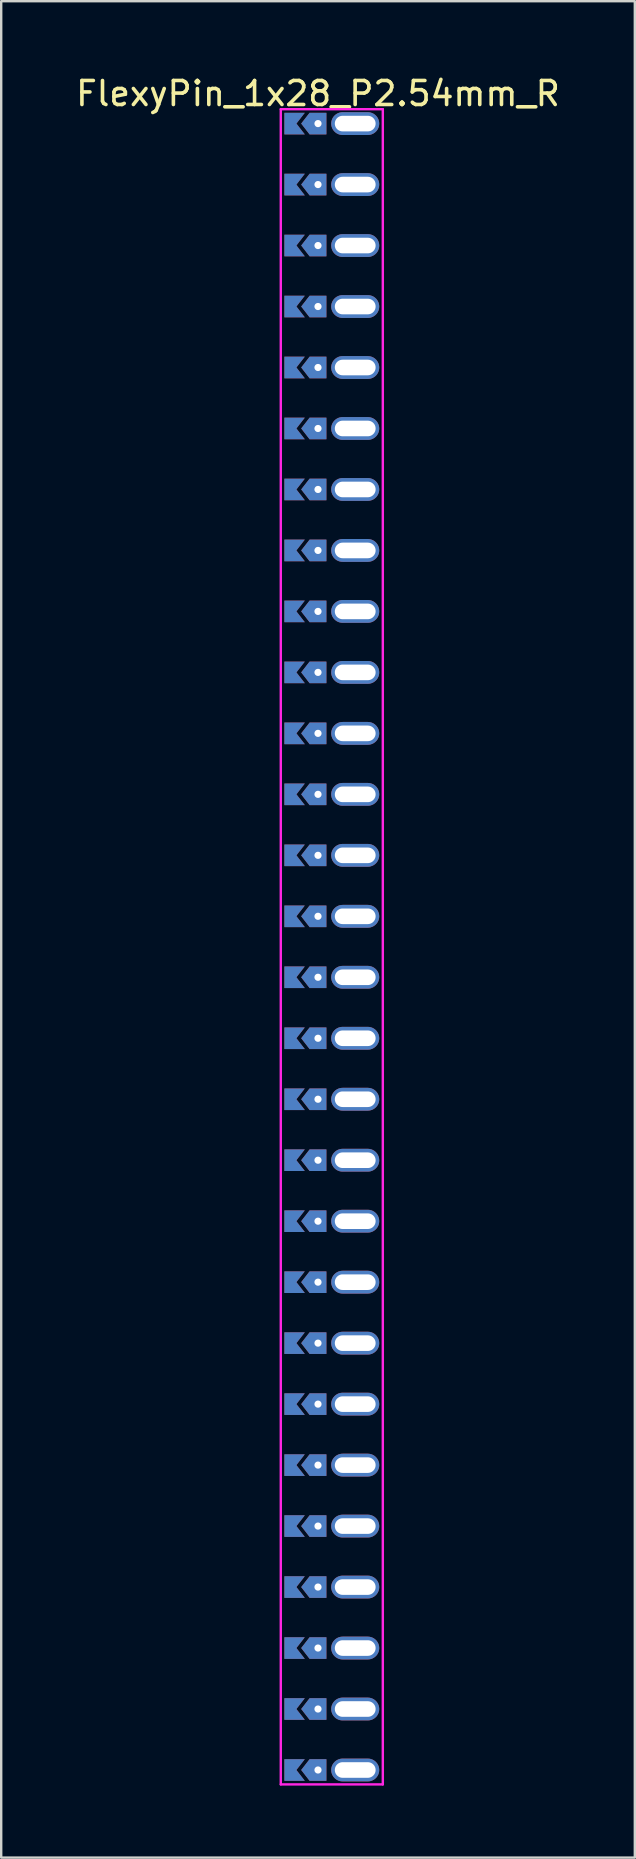
<source format=kicad_pcb>
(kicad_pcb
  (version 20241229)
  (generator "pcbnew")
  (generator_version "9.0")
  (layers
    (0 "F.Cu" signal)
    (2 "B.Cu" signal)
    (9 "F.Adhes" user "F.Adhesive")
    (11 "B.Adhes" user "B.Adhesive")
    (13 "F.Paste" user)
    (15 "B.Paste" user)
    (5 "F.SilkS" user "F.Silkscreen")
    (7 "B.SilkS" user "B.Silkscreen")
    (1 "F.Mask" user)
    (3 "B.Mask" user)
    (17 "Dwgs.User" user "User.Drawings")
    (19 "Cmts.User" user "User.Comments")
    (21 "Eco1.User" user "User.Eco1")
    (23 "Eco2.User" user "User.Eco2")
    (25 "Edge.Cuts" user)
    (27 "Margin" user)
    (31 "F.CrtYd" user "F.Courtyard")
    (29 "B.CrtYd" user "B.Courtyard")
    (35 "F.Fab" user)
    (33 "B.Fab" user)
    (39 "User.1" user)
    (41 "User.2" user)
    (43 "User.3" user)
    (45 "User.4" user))
  (footprint "FlexyPin_1x28_P2.54mm_R"
    (layer "F.Cu")
    (at 10.196 2.098)
    (property "Reference" "FlexyPin_1x28_P2.54mm_R" (at 0 -1.25 0) (layer "F.SilkS") (effects (font (size 1 1) (thickness 0.15))))
    (attr through_hole)
    (fp_line (start -1.55 -0.6) (end 2.7 -0.6) (stroke (width 0.1) (type solid)) (layer "F.CrtYd"))
    (fp_line (start -1.55 69.18) (end -1.55 -0.6) (stroke (width 0.1) (type solid)) (layer "F.CrtYd"))
    (fp_line (start 2.7 -0.6) (end 2.7 69.18) (stroke (width 0.1) (type solid)) (layer "F.CrtYd"))
    (fp_line (start 2.7 69.18) (end -1.55 69.18) (stroke (width 0.1) (type solid)) (layer "F.CrtYd"))
    (pad "" thru_hole custom (at 0 0) (size 0.3 0.3) (drill 0.6) (layers "*.Cu" "*.Mask") (options (anchor rect)) (primitives (gr_poly (pts (xy 0.35 0.45) (xy 0.35 -0.45) (xy -0.35 -0.45) (xy -0.7 0) (xy -0.35 0.45)) (width 0) (fill yes))))
    (pad "" thru_hole custom (at 0 2.54) (size 0.3 0.3) (drill 0.6) (layers "*.Cu" "*.Mask") (options (anchor rect)) (primitives (gr_poly (pts (xy 0.35 0.45) (xy 0.35 -0.45) (xy -0.35 -0.45) (xy -0.7 0) (xy -0.35 0.45)) (width 0) (fill yes))))
    (pad "" thru_hole custom (at 0 5.08) (size 0.3 0.3) (drill 0.6) (layers "*.Cu" "*.Mask") (options (anchor rect)) (primitives (gr_poly (pts (xy 0.35 0.45) (xy 0.35 -0.45) (xy -0.35 -0.45) (xy -0.7 0) (xy -0.35 0.45)) (width 0) (fill yes))))
    (pad "" thru_hole custom (at 0 7.62) (size 0.3 0.3) (drill 0.6) (layers "*.Cu" "*.Mask") (options (anchor rect)) (primitives (gr_poly (pts (xy 0.35 0.45) (xy 0.35 -0.45) (xy -0.35 -0.45) (xy -0.7 0) (xy -0.35 0.45)) (width 0) (fill yes))))
    (pad "" thru_hole custom (at 0 10.16) (size 0.3 0.3) (drill 0.6) (layers "*.Cu" "*.Mask") (options (anchor rect)) (primitives (gr_poly (pts (xy 0.35 0.45) (xy 0.35 -0.45) (xy -0.35 -0.45) (xy -0.7 0) (xy -0.35 0.45)) (width 0) (fill yes))))
    (pad "" thru_hole custom (at 0 12.7) (size 0.3 0.3) (drill 0.6) (layers "*.Cu" "*.Mask") (options (anchor rect)) (primitives (gr_poly (pts (xy 0.35 0.45) (xy 0.35 -0.45) (xy -0.35 -0.45) (xy -0.7 0) (xy -0.35 0.45)) (width 0) (fill yes))))
    (pad "" thru_hole custom (at 0 15.24) (size 0.3 0.3) (drill 0.6) (layers "*.Cu" "*.Mask") (options (anchor rect)) (primitives (gr_poly (pts (xy 0.35 0.45) (xy 0.35 -0.45) (xy -0.35 -0.45) (xy -0.7 0) (xy -0.35 0.45)) (width 0) (fill yes))))
    (pad "" thru_hole custom (at 0 17.78) (size 0.3 0.3) (drill 0.6) (layers "*.Cu" "*.Mask") (options (anchor rect)) (primitives (gr_poly (pts (xy 0.35 0.45) (xy 0.35 -0.45) (xy -0.35 -0.45) (xy -0.7 0) (xy -0.35 0.45)) (width 0) (fill yes))))
    (pad "" thru_hole custom (at 0 20.32) (size 0.3 0.3) (drill 0.6) (layers "*.Cu" "*.Mask") (options (anchor rect)) (primitives (gr_poly (pts (xy 0.35 0.45) (xy 0.35 -0.45) (xy -0.35 -0.45) (xy -0.7 0) (xy -0.35 0.45)) (width 0) (fill yes))))
    (pad "" thru_hole custom (at 0 22.86) (size 0.3 0.3) (drill 0.6) (layers "*.Cu" "*.Mask") (options (anchor rect)) (primitives (gr_poly (pts (xy 0.35 0.45) (xy 0.35 -0.45) (xy -0.35 -0.45) (xy -0.7 0) (xy -0.35 0.45)) (width 0) (fill yes))))
    (pad "" thru_hole custom (at 0 25.4) (size 0.3 0.3) (drill 0.6) (layers "*.Cu" "*.Mask") (options (anchor rect)) (primitives (gr_poly (pts (xy 0.35 0.45) (xy 0.35 -0.45) (xy -0.35 -0.45) (xy -0.7 0) (xy -0.35 0.45)) (width 0) (fill yes))))
    (pad "" thru_hole custom (at 0 27.94) (size 0.3 0.3) (drill 0.6) (layers "*.Cu" "*.Mask") (options (anchor rect)) (primitives (gr_poly (pts (xy 0.35 0.45) (xy 0.35 -0.45) (xy -0.35 -0.45) (xy -0.7 0) (xy -0.35 0.45)) (width 0) (fill yes))))
    (pad "" thru_hole custom (at 0 30.48) (size 0.3 0.3) (drill 0.6) (layers "*.Cu" "*.Mask") (options (anchor rect)) (primitives (gr_poly (pts (xy 0.35 0.45) (xy 0.35 -0.45) (xy -0.35 -0.45) (xy -0.7 0) (xy -0.35 0.45)) (width 0) (fill yes))))
    (pad "" thru_hole custom (at 0 33.02) (size 0.3 0.3) (drill 0.6) (layers "*.Cu" "*.Mask") (options (anchor rect)) (primitives (gr_poly (pts (xy 0.35 0.45) (xy 0.35 -0.45) (xy -0.35 -0.45) (xy -0.7 0) (xy -0.35 0.45)) (width 0) (fill yes))))
    (pad "" thru_hole custom (at 0 35.56) (size 0.3 0.3) (drill 0.6) (layers "*.Cu" "*.Mask") (options (anchor rect)) (primitives (gr_poly (pts (xy 0.35 0.45) (xy 0.35 -0.45) (xy -0.35 -0.45) (xy -0.7 0) (xy -0.35 0.45)) (width 0) (fill yes))))
    (pad "" thru_hole custom (at 0 38.1) (size 0.3 0.3) (drill 0.6) (layers "*.Cu" "*.Mask") (options (anchor rect)) (primitives (gr_poly (pts (xy 0.35 0.45) (xy 0.35 -0.45) (xy -0.35 -0.45) (xy -0.7 0) (xy -0.35 0.45)) (width 0) (fill yes))))
    (pad "" thru_hole custom (at 0 40.64) (size 0.3 0.3) (drill 0.6) (layers "*.Cu" "*.Mask") (options (anchor rect)) (primitives (gr_poly (pts (xy 0.35 0.45) (xy 0.35 -0.45) (xy -0.35 -0.45) (xy -0.7 0) (xy -0.35 0.45)) (width 0) (fill yes))))
    (pad "" thru_hole custom (at 0 43.18) (size 0.3 0.3) (drill 0.6) (layers "*.Cu" "*.Mask") (options (anchor rect)) (primitives (gr_poly (pts (xy 0.35 0.45) (xy 0.35 -0.45) (xy -0.35 -0.45) (xy -0.7 0) (xy -0.35 0.45)) (width 0) (fill yes))))
    (pad "" thru_hole custom (at 0 45.72) (size 0.3 0.3) (drill 0.6) (layers "*.Cu" "*.Mask") (options (anchor rect)) (primitives (gr_poly (pts (xy 0.35 0.45) (xy 0.35 -0.45) (xy -0.35 -0.45) (xy -0.7 0) (xy -0.35 0.45)) (width 0) (fill yes))))
    (pad "" thru_hole custom (at 0 48.26) (size 0.3 0.3) (drill 0.6) (layers "*.Cu" "*.Mask") (options (anchor rect)) (primitives (gr_poly (pts (xy 0.35 0.45) (xy 0.35 -0.45) (xy -0.35 -0.45) (xy -0.7 0) (xy -0.35 0.45)) (width 0) (fill yes))))
    (pad "" thru_hole custom (at 0 50.8) (size 0.3 0.3) (drill 0.6) (layers "*.Cu" "*.Mask") (options (anchor rect)) (primitives (gr_poly (pts (xy 0.35 0.45) (xy 0.35 -0.45) (xy -0.35 -0.45) (xy -0.7 0) (xy -0.35 0.45)) (width 0) (fill yes))))
    (pad "" thru_hole custom (at 0 53.34) (size 0.3 0.3) (drill 0.6) (layers "*.Cu" "*.Mask") (options (anchor rect)) (primitives (gr_poly (pts (xy 0.35 0.45) (xy 0.35 -0.45) (xy -0.35 -0.45) (xy -0.7 0) (xy -0.35 0.45)) (width 0) (fill yes))))
    (pad "" thru_hole custom (at 0 55.88) (size 0.3 0.3) (drill 0.6) (layers "*.Cu" "*.Mask") (options (anchor rect)) (primitives (gr_poly (pts (xy 0.35 0.45) (xy 0.35 -0.45) (xy -0.35 -0.45) (xy -0.7 0) (xy -0.35 0.45)) (width 0) (fill yes))))
    (pad "" thru_hole custom (at 0 58.42) (size 0.3 0.3) (drill 0.6) (layers "*.Cu" "*.Mask") (options (anchor rect)) (primitives (gr_poly (pts (xy 0.35 0.45) (xy 0.35 -0.45) (xy -0.35 -0.45) (xy -0.7 0) (xy -0.35 0.45)) (width 0) (fill yes))))
    (pad "" thru_hole custom (at 0 60.96) (size 0.3 0.3) (drill 0.6) (layers "*.Cu" "*.Mask") (options (anchor rect)) (primitives (gr_poly (pts (xy 0.35 0.45) (xy 0.35 -0.45) (xy -0.35 -0.45) (xy -0.7 0) (xy -0.35 0.45)) (width 0) (fill yes))))
    (pad "" thru_hole custom (at 0 63.5) (size 0.3 0.3) (drill 0.6) (layers "*.Cu" "*.Mask") (options (anchor rect)) (primitives (gr_poly (pts (xy 0.35 0.45) (xy 0.35 -0.45) (xy -0.35 -0.45) (xy -0.7 0) (xy -0.35 0.45)) (width 0) (fill yes))))
    (pad "" thru_hole custom (at 0 66.04) (size 0.3 0.3) (drill 0.6) (layers "*.Cu" "*.Mask") (options (anchor rect)) (primitives (gr_poly (pts (xy 0.35 0.45) (xy 0.35 -0.45) (xy -0.35 -0.45) (xy -0.7 0) (xy -0.35 0.45)) (width 0) (fill yes))))
    (pad "" thru_hole custom (at 0 68.58) (size 0.3 0.3) (drill 0.6) (layers "*.Cu" "*.Mask") (options (anchor rect)) (primitives (gr_poly (pts (xy 0.35 0.45) (xy 0.35 -0.45) (xy -0.35 -0.45) (xy -0.7 0) (xy -0.35 0.45)) (width 0) (fill yes))))
    (pad "" thru_hole oval (at 1.55 0) (size 2 0.95) (drill oval 1.7 0.65) (layers "*.Cu" "*.Mask"))
    (pad "" thru_hole oval (at 1.55 2.54) (size 2 0.95) (drill oval 1.7 0.65) (layers "*.Cu" "*.Mask"))
    (pad "" thru_hole oval (at 1.55 5.08) (size 2 0.95) (drill oval 1.7 0.65) (layers "*.Cu" "*.Mask"))
    (pad "" thru_hole oval (at 1.55 7.62) (size 2 0.95) (drill oval 1.7 0.65) (layers "*.Cu" "*.Mask"))
    (pad "" thru_hole oval (at 1.55 10.16) (size 2 0.95) (drill oval 1.7 0.65) (layers "*.Cu" "*.Mask"))
    (pad "" thru_hole oval (at 1.55 12.7) (size 2 0.95) (drill oval 1.7 0.65) (layers "*.Cu" "*.Mask"))
    (pad "" thru_hole oval (at 1.55 15.24) (size 2 0.95) (drill oval 1.7 0.65) (layers "*.Cu" "*.Mask"))
    (pad "" thru_hole oval (at 1.55 17.78) (size 2 0.95) (drill oval 1.7 0.65) (layers "*.Cu" "*.Mask"))
    (pad "" thru_hole oval (at 1.55 20.32) (size 2 0.95) (drill oval 1.7 0.65) (layers "*.Cu" "*.Mask"))
    (pad "" thru_hole oval (at 1.55 22.86) (size 2 0.95) (drill oval 1.7 0.65) (layers "*.Cu" "*.Mask"))
    (pad "" thru_hole oval (at 1.55 25.4) (size 2 0.95) (drill oval 1.7 0.65) (layers "*.Cu" "*.Mask"))
    (pad "" thru_hole oval (at 1.55 27.94) (size 2 0.95) (drill oval 1.7 0.65) (layers "*.Cu" "*.Mask"))
    (pad "" thru_hole oval (at 1.55 30.48) (size 2 0.95) (drill oval 1.7 0.65) (layers "*.Cu" "*.Mask"))
    (pad "" thru_hole oval (at 1.55 33.02) (size 2 0.95) (drill oval 1.7 0.65) (layers "*.Cu" "*.Mask"))
    (pad "" thru_hole oval (at 1.55 35.56) (size 2 0.95) (drill oval 1.7 0.65) (layers "*.Cu" "*.Mask"))
    (pad "" thru_hole oval (at 1.55 38.1) (size 2 0.95) (drill oval 1.7 0.65) (layers "*.Cu" "*.Mask"))
    (pad "" thru_hole oval (at 1.55 40.64) (size 2 0.95) (drill oval 1.7 0.65) (layers "*.Cu" "*.Mask"))
    (pad "" thru_hole oval (at 1.55 43.18) (size 2 0.95) (drill oval 1.7 0.65) (layers "*.Cu" "*.Mask"))
    (pad "" thru_hole oval (at 1.55 45.72) (size 2 0.95) (drill oval 1.7 0.65) (layers "*.Cu" "*.Mask"))
    (pad "" thru_hole oval (at 1.55 48.26) (size 2 0.95) (drill oval 1.7 0.65) (layers "*.Cu" "*.Mask"))
    (pad "" thru_hole oval (at 1.55 50.8) (size 2 0.95) (drill oval 1.7 0.65) (layers "*.Cu" "*.Mask"))
    (pad "" thru_hole oval (at 1.55 53.34) (size 2 0.95) (drill oval 1.7 0.65) (layers "*.Cu" "*.Mask"))
    (pad "" thru_hole oval (at 1.55 55.88) (size 2 0.95) (drill oval 1.7 0.65) (layers "*.Cu" "*.Mask"))
    (pad "" thru_hole oval (at 1.55 58.42) (size 2 0.95) (drill oval 1.7 0.65) (layers "*.Cu" "*.Mask"))
    (pad "" thru_hole oval (at 1.55 60.96) (size 2 0.95) (drill oval 1.7 0.65) (layers "*.Cu" "*.Mask"))
    (pad "" thru_hole oval (at 1.55 63.5) (size 2 0.95) (drill oval 1.7 0.65) (layers "*.Cu" "*.Mask"))
    (pad "" thru_hole oval (at 1.55 66.04) (size 2 0.95) (drill oval 1.7 0.65) (layers "*.Cu" "*.Mask"))
    (pad "" thru_hole oval (at 1.55 68.58) (size 2 0.95) (drill oval 1.7 0.65) (layers "*.Cu" "*.Mask"))
    (pad "1" smd custom (at -0.9 0) (size 0.01 0.01) (layers "F.Cu" "F.Mask") (options (anchor rect)) (primitives (gr_poly (pts (xy 0 0) (xy 0.35 0.45) (xy -0.5 0.45) (xy -0.5 -0.45) (xy 0.35 -0.45)) (width 0) (fill yes))))
    (pad "2" smd custom (at -0.9 2.54) (size 0.01 0.01) (layers "F.Cu" "F.Mask") (options (anchor rect)) (primitives (gr_poly (pts (xy 0 0) (xy 0.35 0.45) (xy -0.5 0.45) (xy -0.5 -0.45) (xy 0.35 -0.45)) (width 0) (fill yes))))
    (pad "3" smd custom (at -0.9 5.08) (size 0.01 0.01) (layers "F.Cu" "F.Mask") (options (anchor rect)) (primitives (gr_poly (pts (xy 0 0) (xy 0.35 0.45) (xy -0.5 0.45) (xy -0.5 -0.45) (xy 0.35 -0.45)) (width 0) (fill yes))))
    (pad "4" smd custom (at -0.9 7.62) (size 0.01 0.01) (layers "F.Cu" "F.Mask") (options (anchor rect)) (primitives (gr_poly (pts (xy 0 0) (xy 0.35 0.45) (xy -0.5 0.45) (xy -0.5 -0.45) (xy 0.35 -0.45)) (width 0) (fill yes))))
    (pad "5" smd custom (at -0.9 10.16) (size 0.01 0.01) (layers "F.Cu" "F.Mask") (options (anchor rect)) (primitives (gr_poly (pts (xy 0 0) (xy 0.35 0.45) (xy -0.5 0.45) (xy -0.5 -0.45) (xy 0.35 -0.45)) (width 0) (fill yes))))
    (pad "6" smd custom (at -0.9 12.7) (size 0.01 0.01) (layers "F.Cu" "F.Mask") (options (anchor rect)) (primitives (gr_poly (pts (xy 0 0) (xy 0.35 0.45) (xy -0.5 0.45) (xy -0.5 -0.45) (xy 0.35 -0.45)) (width 0) (fill yes))))
    (pad "7" smd custom (at -0.9 15.24) (size 0.01 0.01) (layers "F.Cu" "F.Mask") (options (anchor rect)) (primitives (gr_poly (pts (xy 0 0) (xy 0.35 0.45) (xy -0.5 0.45) (xy -0.5 -0.45) (xy 0.35 -0.45)) (width 0) (fill yes))))
    (pad "8" smd custom (at -0.9 17.78) (size 0.01 0.01) (layers "F.Cu" "F.Mask") (options (anchor rect)) (primitives (gr_poly (pts (xy 0 0) (xy 0.35 0.45) (xy -0.5 0.45) (xy -0.5 -0.45) (xy 0.35 -0.45)) (width 0) (fill yes))))
    (pad "9" smd custom (at -0.9 20.32) (size 0.01 0.01) (layers "F.Cu" "F.Mask") (options (anchor rect)) (primitives (gr_poly (pts (xy 0 0) (xy 0.35 0.45) (xy -0.5 0.45) (xy -0.5 -0.45) (xy 0.35 -0.45)) (width 0) (fill yes))))
    (pad "10" smd custom (at -0.9 22.86) (size 0.01 0.01) (layers "F.Cu" "F.Mask") (options (anchor rect)) (primitives (gr_poly (pts (xy 0 0) (xy 0.35 0.45) (xy -0.5 0.45) (xy -0.5 -0.45) (xy 0.35 -0.45)) (width 0) (fill yes))))
    (pad "11" smd custom (at -0.9 25.4) (size 0.01 0.01) (layers "F.Cu" "F.Mask") (options (anchor rect)) (primitives (gr_poly (pts (xy 0 0) (xy 0.35 0.45) (xy -0.5 0.45) (xy -0.5 -0.45) (xy 0.35 -0.45)) (width 0) (fill yes))))
    (pad "12" smd custom (at -0.9 27.94) (size 0.01 0.01) (layers "F.Cu" "F.Mask") (options (anchor rect)) (primitives (gr_poly (pts (xy 0 0) (xy 0.35 0.45) (xy -0.5 0.45) (xy -0.5 -0.45) (xy 0.35 -0.45)) (width 0) (fill yes))))
    (pad "13" smd custom (at -0.9 30.48) (size 0.01 0.01) (layers "F.Cu" "F.Mask") (options (anchor rect)) (primitives (gr_poly (pts (xy 0 0) (xy 0.35 0.45) (xy -0.5 0.45) (xy -0.5 -0.45) (xy 0.35 -0.45)) (width 0) (fill yes))))
    (pad "14" smd custom (at -0.9 33.02) (size 0.01 0.01) (layers "F.Cu" "F.Mask") (options (anchor rect)) (primitives (gr_poly (pts (xy 0 0) (xy 0.35 0.45) (xy -0.5 0.45) (xy -0.5 -0.45) (xy 0.35 -0.45)) (width 0) (fill yes))))
    (pad "15" smd custom (at -0.9 35.56) (size 0.01 0.01) (layers "F.Cu" "F.Mask") (options (anchor rect)) (primitives (gr_poly (pts (xy 0 0) (xy 0.35 0.45) (xy -0.5 0.45) (xy -0.5 -0.45) (xy 0.35 -0.45)) (width 0) (fill yes))))
    (pad "16" smd custom (at -0.9 38.1) (size 0.01 0.01) (layers "F.Cu" "F.Mask") (options (anchor rect)) (primitives (gr_poly (pts (xy 0 0) (xy 0.35 0.45) (xy -0.5 0.45) (xy -0.5 -0.45) (xy 0.35 -0.45)) (width 0) (fill yes))))
    (pad "17" smd custom (at -0.9 40.64) (size 0.01 0.01) (layers "F.Cu" "F.Mask") (options (anchor rect)) (primitives (gr_poly (pts (xy 0 0) (xy 0.35 0.45) (xy -0.5 0.45) (xy -0.5 -0.45) (xy 0.35 -0.45)) (width 0) (fill yes))))
    (pad "18" smd custom (at -0.9 43.18) (size 0.01 0.01) (layers "F.Cu" "F.Mask") (options (anchor rect)) (primitives (gr_poly (pts (xy 0 0) (xy 0.35 0.45) (xy -0.5 0.45) (xy -0.5 -0.45) (xy 0.35 -0.45)) (width 0) (fill yes))))
    (pad "19" smd custom (at -0.9 45.72) (size 0.01 0.01) (layers "F.Cu" "F.Mask") (options (anchor rect)) (primitives (gr_poly (pts (xy 0 0) (xy 0.35 0.45) (xy -0.5 0.45) (xy -0.5 -0.45) (xy 0.35 -0.45)) (width 0) (fill yes))))
    (pad "20" smd custom (at -0.9 48.26) (size 0.01 0.01) (layers "F.Cu" "F.Mask") (options (anchor rect)) (primitives (gr_poly (pts (xy 0 0) (xy 0.35 0.45) (xy -0.5 0.45) (xy -0.5 -0.45) (xy 0.35 -0.45)) (width 0) (fill yes))))
    (pad "21" smd custom (at -0.9 50.8) (size 0.01 0.01) (layers "F.Cu" "F.Mask") (options (anchor rect)) (primitives (gr_poly (pts (xy 0 0) (xy 0.35 0.45) (xy -0.5 0.45) (xy -0.5 -0.45) (xy 0.35 -0.45)) (width 0) (fill yes))))
    (pad "22" smd custom (at -0.9 53.34) (size 0.01 0.01) (layers "F.Cu" "F.Mask") (options (anchor rect)) (primitives (gr_poly (pts (xy 0 0) (xy 0.35 0.45) (xy -0.5 0.45) (xy -0.5 -0.45) (xy 0.35 -0.45)) (width 0) (fill yes))))
    (pad "23" smd custom (at -0.9 55.88) (size 0.01 0.01) (layers "F.Cu" "F.Mask") (options (anchor rect)) (primitives (gr_poly (pts (xy 0 0) (xy 0.35 0.45) (xy -0.5 0.45) (xy -0.5 -0.45) (xy 0.35 -0.45)) (width 0) (fill yes))))
    (pad "24" smd custom (at -0.9 58.42) (size 0.01 0.01) (layers "F.Cu" "F.Mask") (options (anchor rect)) (primitives (gr_poly (pts (xy 0 0) (xy 0.35 0.45) (xy -0.5 0.45) (xy -0.5 -0.45) (xy 0.35 -0.45)) (width 0) (fill yes))))
    (pad "25" smd custom (at -0.9 60.96) (size 0.01 0.01) (layers "F.Cu" "F.Mask") (options (anchor rect)) (primitives (gr_poly (pts (xy 0 0) (xy 0.35 0.45) (xy -0.5 0.45) (xy -0.5 -0.45) (xy 0.35 -0.45)) (width 0) (fill yes))))
    (pad "26" smd custom (at -0.9 63.5) (size 0.01 0.01) (layers "F.Cu" "F.Mask") (options (anchor rect)) (primitives (gr_poly (pts (xy 0 0) (xy 0.35 0.45) (xy -0.5 0.45) (xy -0.5 -0.45) (xy 0.35 -0.45)) (width 0) (fill yes))))
    (pad "27" smd custom (at -0.9 66.04) (size 0.01 0.01) (layers "F.Cu" "F.Mask") (options (anchor rect)) (primitives (gr_poly (pts (xy 0 0) (xy 0.35 0.45) (xy -0.5 0.45) (xy -0.5 -0.45) (xy 0.35 -0.45)) (width 0) (fill yes))))
    (pad "28" smd custom (at -0.9 68.58) (size 0.01 0.01) (layers "F.Cu" "F.Mask") (options (anchor rect)) (primitives (gr_poly (pts (xy 0 0) (xy 0.35 0.45) (xy -0.5 0.45) (xy -0.5 -0.45) (xy 0.35 -0.45)) (width 0) (fill yes))))
    (pad "29" smd custom (at -0.9 0) (size 0.01 0.01) (layers "B.Cu" "B.Mask") (options (anchor rect)) (primitives (gr_poly (pts (xy 0 0) (xy 0.35 0.45) (xy -0.5 0.45) (xy -0.5 -0.45) (xy 0.35 -0.45)) (width 0) (fill yes))))
    (pad "30" smd custom (at -0.9 2.54) (size 0.01 0.01) (layers "B.Cu" "B.Mask") (options (anchor rect)) (primitives (gr_poly (pts (xy 0 0) (xy 0.35 0.45) (xy -0.5 0.45) (xy -0.5 -0.45) (xy 0.35 -0.45)) (width 0) (fill yes))))
    (pad "31" smd custom (at -0.9 5.08) (size 0.01 0.01) (layers "B.Cu" "B.Mask") (options (anchor rect)) (primitives (gr_poly (pts (xy 0 0) (xy 0.35 0.45) (xy -0.5 0.45) (xy -0.5 -0.45) (xy 0.35 -0.45)) (width 0) (fill yes))))
    (pad "32" smd custom (at -0.9 7.62) (size 0.01 0.01) (layers "B.Cu" "B.Mask") (options (anchor rect)) (primitives (gr_poly (pts (xy 0 0) (xy 0.35 0.45) (xy -0.5 0.45) (xy -0.5 -0.45) (xy 0.35 -0.45)) (width 0) (fill yes))))
    (pad "33" smd custom (at -0.9 10.16) (size 0.01 0.01) (layers "B.Cu" "B.Mask") (options (anchor rect)) (primitives (gr_poly (pts (xy 0 0) (xy 0.35 0.45) (xy -0.5 0.45) (xy -0.5 -0.45) (xy 0.35 -0.45)) (width 0) (fill yes))))
    (pad "34" smd custom (at -0.9 12.7) (size 0.01 0.01) (layers "B.Cu" "B.Mask") (options (anchor rect)) (primitives (gr_poly (pts (xy 0 0) (xy 0.35 0.45) (xy -0.5 0.45) (xy -0.5 -0.45) (xy 0.35 -0.45)) (width 0) (fill yes))))
    (pad "35" smd custom (at -0.9 15.24) (size 0.01 0.01) (layers "B.Cu" "B.Mask") (options (anchor rect)) (primitives (gr_poly (pts (xy 0 0) (xy 0.35 0.45) (xy -0.5 0.45) (xy -0.5 -0.45) (xy 0.35 -0.45)) (width 0) (fill yes))))
    (pad "36" smd custom (at -0.9 17.78) (size 0.01 0.01) (layers "B.Cu" "B.Mask") (options (anchor rect)) (primitives (gr_poly (pts (xy 0 0) (xy 0.35 0.45) (xy -0.5 0.45) (xy -0.5 -0.45) (xy 0.35 -0.45)) (width 0) (fill yes))))
    (pad "37" smd custom (at -0.9 20.32) (size 0.01 0.01) (layers "B.Cu" "B.Mask") (options (anchor rect)) (primitives (gr_poly (pts (xy 0 0) (xy 0.35 0.45) (xy -0.5 0.45) (xy -0.5 -0.45) (xy 0.35 -0.45)) (width 0) (fill yes))))
    (pad "38" smd custom (at -0.9 22.86) (size 0.01 0.01) (layers "B.Cu" "B.Mask") (options (anchor rect)) (primitives (gr_poly (pts (xy 0 0) (xy 0.35 0.45) (xy -0.5 0.45) (xy -0.5 -0.45) (xy 0.35 -0.45)) (width 0) (fill yes))))
    (pad "39" smd custom (at -0.9 25.4) (size 0.01 0.01) (layers "B.Cu" "B.Mask") (options (anchor rect)) (primitives (gr_poly (pts (xy 0 0) (xy 0.35 0.45) (xy -0.5 0.45) (xy -0.5 -0.45) (xy 0.35 -0.45)) (width 0) (fill yes))))
    (pad "40" smd custom (at -0.9 27.94) (size 0.01 0.01) (layers "B.Cu" "B.Mask") (options (anchor rect)) (primitives (gr_poly (pts (xy 0 0) (xy 0.35 0.45) (xy -0.5 0.45) (xy -0.5 -0.45) (xy 0.35 -0.45)) (width 0) (fill yes))))
    (pad "41" smd custom (at -0.9 30.48) (size 0.01 0.01) (layers "B.Cu" "B.Mask") (options (anchor rect)) (primitives (gr_poly (pts (xy 0 0) (xy 0.35 0.45) (xy -0.5 0.45) (xy -0.5 -0.45) (xy 0.35 -0.45)) (width 0) (fill yes))))
    (pad "42" smd custom (at -0.9 33.02) (size 0.01 0.01) (layers "B.Cu" "B.Mask") (options (anchor rect)) (primitives (gr_poly (pts (xy 0 0) (xy 0.35 0.45) (xy -0.5 0.45) (xy -0.5 -0.45) (xy 0.35 -0.45)) (width 0) (fill yes))))
    (pad "43" smd custom (at -0.9 35.56) (size 0.01 0.01) (layers "B.Cu" "B.Mask") (options (anchor rect)) (primitives (gr_poly (pts (xy 0 0) (xy 0.35 0.45) (xy -0.5 0.45) (xy -0.5 -0.45) (xy 0.35 -0.45)) (width 0) (fill yes))))
    (pad "44" smd custom (at -0.9 38.1) (size 0.01 0.01) (layers "B.Cu" "B.Mask") (options (anchor rect)) (primitives (gr_poly (pts (xy 0 0) (xy 0.35 0.45) (xy -0.5 0.45) (xy -0.5 -0.45) (xy 0.35 -0.45)) (width 0) (fill yes))))
    (pad "45" smd custom (at -0.9 40.64) (size 0.01 0.01) (layers "B.Cu" "B.Mask") (options (anchor rect)) (primitives (gr_poly (pts (xy 0 0) (xy 0.35 0.45) (xy -0.5 0.45) (xy -0.5 -0.45) (xy 0.35 -0.45)) (width 0) (fill yes))))
    (pad "46" smd custom (at -0.9 43.18) (size 0.01 0.01) (layers "B.Cu" "B.Mask") (options (anchor rect)) (primitives (gr_poly (pts (xy 0 0) (xy 0.35 0.45) (xy -0.5 0.45) (xy -0.5 -0.45) (xy 0.35 -0.45)) (width 0) (fill yes))))
    (pad "47" smd custom (at -0.9 45.72) (size 0.01 0.01) (layers "B.Cu" "B.Mask") (options (anchor rect)) (primitives (gr_poly (pts (xy 0 0) (xy 0.35 0.45) (xy -0.5 0.45) (xy -0.5 -0.45) (xy 0.35 -0.45)) (width 0) (fill yes))))
    (pad "48" smd custom (at -0.9 48.26) (size 0.01 0.01) (layers "B.Cu" "B.Mask") (options (anchor rect)) (primitives (gr_poly (pts (xy 0 0) (xy 0.35 0.45) (xy -0.5 0.45) (xy -0.5 -0.45) (xy 0.35 -0.45)) (width 0) (fill yes))))
    (pad "49" smd custom (at -0.9 50.8) (size 0.01 0.01) (layers "B.Cu" "B.Mask") (options (anchor rect)) (primitives (gr_poly (pts (xy 0 0) (xy 0.35 0.45) (xy -0.5 0.45) (xy -0.5 -0.45) (xy 0.35 -0.45)) (width 0) (fill yes))))
    (pad "50" smd custom (at -0.9 53.34) (size 0.01 0.01) (layers "B.Cu" "B.Mask") (options (anchor rect)) (primitives (gr_poly (pts (xy 0 0) (xy 0.35 0.45) (xy -0.5 0.45) (xy -0.5 -0.45) (xy 0.35 -0.45)) (width 0) (fill yes))))
    (pad "51" smd custom (at -0.9 55.88) (size 0.01 0.01) (layers "B.Cu" "B.Mask") (options (anchor rect)) (primitives (gr_poly (pts (xy 0 0) (xy 0.35 0.45) (xy -0.5 0.45) (xy -0.5 -0.45) (xy 0.35 -0.45)) (width 0) (fill yes))))
    (pad "52" smd custom (at -0.9 58.42) (size 0.01 0.01) (layers "B.Cu" "B.Mask") (options (anchor rect)) (primitives (gr_poly (pts (xy 0 0) (xy 0.35 0.45) (xy -0.5 0.45) (xy -0.5 -0.45) (xy 0.35 -0.45)) (width 0) (fill yes))))
    (pad "53" smd custom (at -0.9 60.96) (size 0.01 0.01) (layers "B.Cu" "B.Mask") (options (anchor rect)) (primitives (gr_poly (pts (xy 0 0) (xy 0.35 0.45) (xy -0.5 0.45) (xy -0.5 -0.45) (xy 0.35 -0.45)) (width 0) (fill yes))))
    (pad "54" smd custom (at -0.9 63.5) (size 0.01 0.01) (layers "B.Cu" "B.Mask") (options (anchor rect)) (primitives (gr_poly (pts (xy 0 0) (xy 0.35 0.45) (xy -0.5 0.45) (xy -0.5 -0.45) (xy 0.35 -0.45)) (width 0) (fill yes))))
    (pad "55" smd custom (at -0.9 66.04) (size 0.01 0.01) (layers "B.Cu" "B.Mask") (options (anchor rect)) (primitives (gr_poly (pts (xy 0 0) (xy 0.35 0.45) (xy -0.5 0.45) (xy -0.5 -0.45) (xy 0.35 -0.45)) (width 0) (fill yes))))
    (pad "56" smd custom (at -0.9 68.58) (size 0.01 0.01) (layers "B.Cu" "B.Mask") (options (anchor rect)) (primitives (gr_poly (pts (xy 0 0) (xy 0.35 0.45) (xy -0.5 0.45) (xy -0.5 -0.45) (xy 0.35 -0.45)) (width 0) (fill yes)))))
  (gr_rect
    (start -3 -3)
    (end 23.393 74.328)
    (stroke (width 0.1) (type default))
    (fill no)
    (layer "Edge.Cuts")))
</source>
